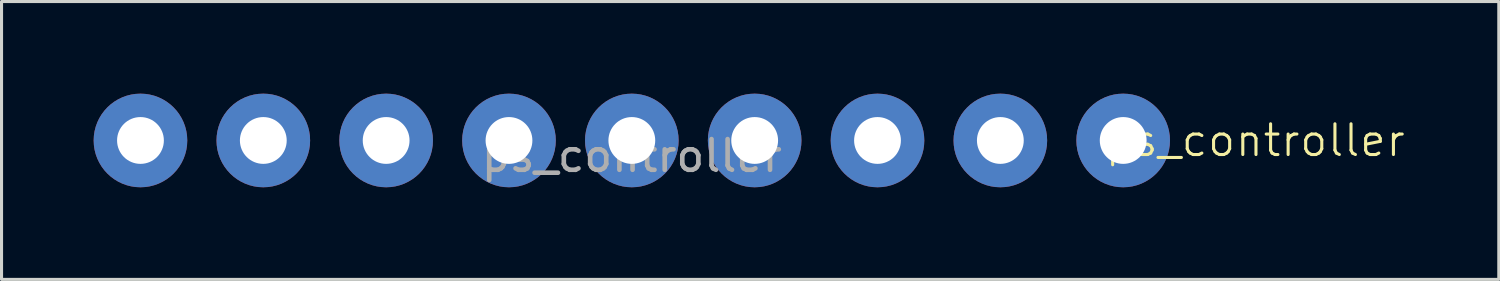
<source format=kicad_pcb>
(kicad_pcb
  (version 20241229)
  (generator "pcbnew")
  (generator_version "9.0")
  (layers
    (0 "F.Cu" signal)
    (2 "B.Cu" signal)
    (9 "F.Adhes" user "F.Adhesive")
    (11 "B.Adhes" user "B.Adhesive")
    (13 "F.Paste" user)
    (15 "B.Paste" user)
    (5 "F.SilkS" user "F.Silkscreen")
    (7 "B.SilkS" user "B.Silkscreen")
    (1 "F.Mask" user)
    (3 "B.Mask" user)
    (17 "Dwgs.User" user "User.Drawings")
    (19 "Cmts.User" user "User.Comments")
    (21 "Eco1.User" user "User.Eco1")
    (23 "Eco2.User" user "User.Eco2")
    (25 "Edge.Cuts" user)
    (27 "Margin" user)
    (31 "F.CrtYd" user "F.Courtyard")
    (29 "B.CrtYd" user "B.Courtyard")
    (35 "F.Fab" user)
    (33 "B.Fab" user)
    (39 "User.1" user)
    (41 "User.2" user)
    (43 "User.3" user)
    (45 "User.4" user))
  (footprint "ps_controller"
    (layer "F.Cu")
    (at 17.524 1.524)
    (property "Reference" "ps_controller" (at 20.3 0 0) (unlocked yes) (layer "F.SilkS") (effects (font (size 1 1) (thickness 0.1))))
    (attr through_hole)
    (fp_text user "${REFERENCE}" (at 0 0.5 0) (unlocked yes) (layer "F.Fab") (effects (font (size 1 1) (thickness 0.15))))
    (pad "1" thru_hole circle (at 16 0) (size 3.048 3.048) (drill 1.524) (layers "*.Cu" "*.Mask"))
    (pad "2" thru_hole circle (at 12 0) (size 3.048 3.048) (drill 1.524) (layers "*.Cu" "*.Mask"))
    (pad "3" thru_hole circle (at 8 0) (size 3.048 3.048) (drill 1.524) (layers "*.Cu" "*.Mask"))
    (pad "4" thru_hole circle (at 4 0) (size 3.048 3.048) (drill 1.524) (layers "*.Cu" "*.Mask"))
    (pad "5" thru_hole circle (at 0 0) (size 3.048 3.048) (drill 1.524) (layers "*.Cu" "*.Mask"))
    (pad "6" thru_hole circle (at -4 0) (size 3.048 3.048) (drill 1.524) (layers "*.Cu" "*.Mask"))
    (pad "7" thru_hole circle (at -8 0) (size 3.048 3.048) (drill 1.524) (layers "*.Cu" "*.Mask"))
    (pad "8" thru_hole circle (at -12 0) (size 3.048 3.048) (drill 1.524) (layers "*.Cu" "*.Mask"))
    (pad "9" thru_hole circle (at -16 0) (size 3.048 3.048) (drill 1.524) (layers "*.Cu" "*.Mask")))
  (gr_rect
    (start -3 -3)
    (end 45.755 6.048)
    (stroke (width 0.1) (type default))
    (fill no)
    (layer "Edge.Cuts")))
</source>
